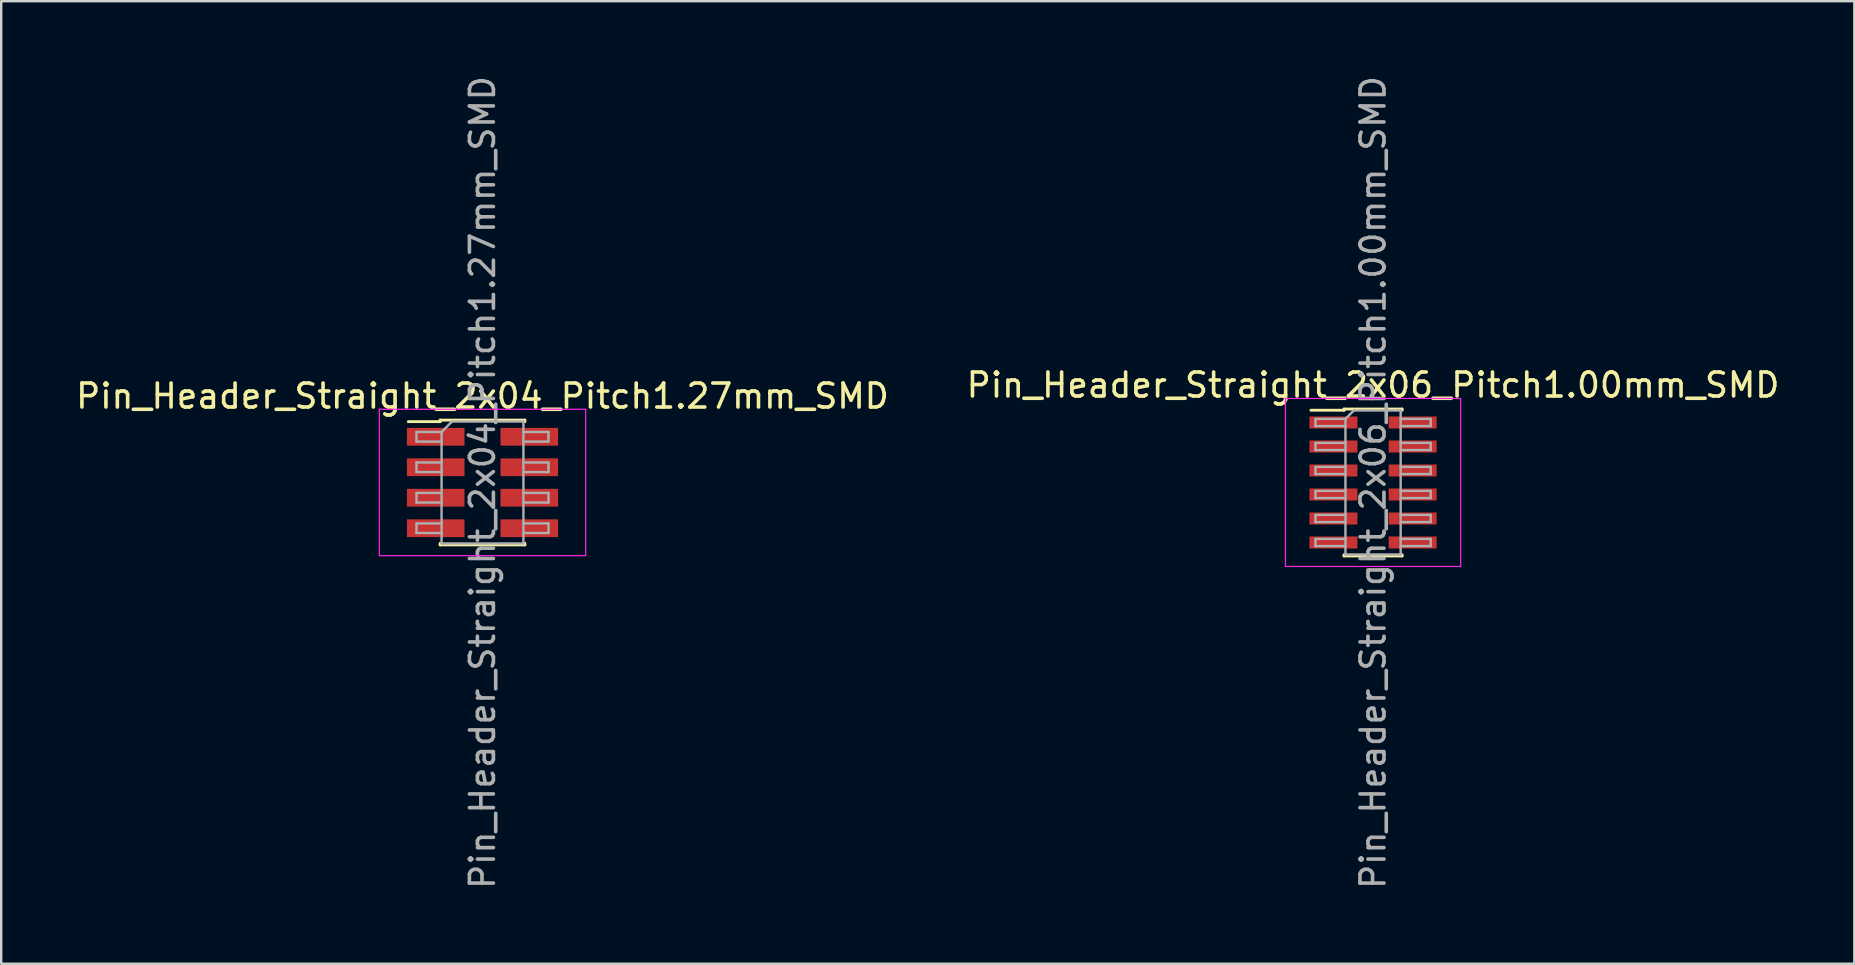
<source format=kicad_pcb>
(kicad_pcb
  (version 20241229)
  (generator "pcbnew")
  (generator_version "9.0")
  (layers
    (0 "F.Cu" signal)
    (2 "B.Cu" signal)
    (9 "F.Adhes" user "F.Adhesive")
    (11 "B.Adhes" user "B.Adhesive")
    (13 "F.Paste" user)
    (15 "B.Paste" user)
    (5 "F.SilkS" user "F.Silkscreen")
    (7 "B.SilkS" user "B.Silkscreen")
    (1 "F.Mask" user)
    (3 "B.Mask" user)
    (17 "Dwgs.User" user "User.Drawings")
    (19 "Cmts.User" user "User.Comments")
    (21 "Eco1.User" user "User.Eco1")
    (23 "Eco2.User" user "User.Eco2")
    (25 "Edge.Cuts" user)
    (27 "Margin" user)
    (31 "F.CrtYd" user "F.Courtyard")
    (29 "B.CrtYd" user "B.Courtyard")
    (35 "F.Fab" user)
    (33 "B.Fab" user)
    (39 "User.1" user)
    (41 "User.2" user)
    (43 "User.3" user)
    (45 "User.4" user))
  (footprint "Pin_Header_Straight_2x06_Pitch1.00mm_SMD"
    (layer "F.Cu")
    (at 54.161 17.054)
    (property "Reference" "Pin_Header_Straight_2x06_Pitch1.00mm_SMD" (at 0 -4.06 0) (layer "F.SilkS") (effects (font (size 1 1) (thickness 0.15))))
    (attr smd)
    (fp_line (start -2.59 -3.01) (end -1.21 -3.01) (stroke (width 0.12) (type solid)) (layer "F.SilkS"))
    (fp_line (start -1.21 -3.06) (end -1.21 -3.01) (stroke (width 0.12) (type solid)) (layer "F.SilkS"))
    (fp_line (start -1.21 -3.06) (end 1.21 -3.06) (stroke (width 0.12) (type solid)) (layer "F.SilkS"))
    (fp_line (start -1.21 3.01) (end -1.21 3.06) (stroke (width 0.12) (type solid)) (layer "F.SilkS"))
    (fp_line (start -1.21 3.06) (end 1.21 3.06) (stroke (width 0.12) (type solid)) (layer "F.SilkS"))
    (fp_line (start 1.21 -3.06) (end 1.21 -3.01) (stroke (width 0.12) (type solid)) (layer "F.SilkS"))
    (fp_line (start 1.21 3.01) (end 1.21 3.06) (stroke (width 0.12) (type solid)) (layer "F.SilkS"))
    (fp_line (start -3.65 -3.5) (end -3.65 3.5) (stroke (width 0.05) (type solid)) (layer "F.CrtYd"))
    (fp_line (start -3.65 3.5) (end 3.65 3.5) (stroke (width 0.05) (type solid)) (layer "F.CrtYd"))
    (fp_line (start 3.65 -3.5) (end -3.65 -3.5) (stroke (width 0.05) (type solid)) (layer "F.CrtYd"))
    (fp_line (start 3.65 3.5) (end 3.65 -3.5) (stroke (width 0.05) (type solid)) (layer "F.CrtYd"))
    (fp_line (start -2.4 -2.65) (end -2.4 -2.35) (stroke (width 0.1) (type solid)) (layer "F.Fab"))
    (fp_line (start -2.4 -2.35) (end -1.15 -2.35) (stroke (width 0.1) (type solid)) (layer "F.Fab"))
    (fp_line (start -2.4 -1.65) (end -2.4 -1.35) (stroke (width 0.1) (type solid)) (layer "F.Fab"))
    (fp_line (start -2.4 -1.35) (end -1.15 -1.35) (stroke (width 0.1) (type solid)) (layer "F.Fab"))
    (fp_line (start -2.4 -0.65) (end -2.4 -0.35) (stroke (width 0.1) (type solid)) (layer "F.Fab"))
    (fp_line (start -2.4 -0.35) (end -1.15 -0.35) (stroke (width 0.1) (type solid)) (layer "F.Fab"))
    (fp_line (start -2.4 0.35) (end -2.4 0.65) (stroke (width 0.1) (type solid)) (layer "F.Fab"))
    (fp_line (start -2.4 0.65) (end -1.15 0.65) (stroke (width 0.1) (type solid)) (layer "F.Fab"))
    (fp_line (start -2.4 1.35) (end -2.4 1.65) (stroke (width 0.1) (type solid)) (layer "F.Fab"))
    (fp_line (start -2.4 1.65) (end -1.15 1.65) (stroke (width 0.1) (type solid)) (layer "F.Fab"))
    (fp_line (start -2.4 2.35) (end -2.4 2.65) (stroke (width 0.1) (type solid)) (layer "F.Fab"))
    (fp_line (start -2.4 2.65) (end -1.15 2.65) (stroke (width 0.1) (type solid)) (layer "F.Fab"))
    (fp_line (start -1.15 -2.65) (end -2.4 -2.65) (stroke (width 0.1) (type solid)) (layer "F.Fab"))
    (fp_line (start -1.15 -2.65) (end -0.8 -3) (stroke (width 0.1) (type solid)) (layer "F.Fab"))
    (fp_line (start -1.15 -1.65) (end -2.4 -1.65) (stroke (width 0.1) (type solid)) (layer "F.Fab"))
    (fp_line (start -1.15 -0.65) (end -2.4 -0.65) (stroke (width 0.1) (type solid)) (layer "F.Fab"))
    (fp_line (start -1.15 0.35) (end -2.4 0.35) (stroke (width 0.1) (type solid)) (layer "F.Fab"))
    (fp_line (start -1.15 1.35) (end -2.4 1.35) (stroke (width 0.1) (type solid)) (layer "F.Fab"))
    (fp_line (start -1.15 2.35) (end -2.4 2.35) (stroke (width 0.1) (type solid)) (layer "F.Fab"))
    (fp_line (start -1.15 3) (end -1.15 -2.65) (stroke (width 0.1) (type solid)) (layer "F.Fab"))
    (fp_line (start -0.8 -3) (end 1.15 -3) (stroke (width 0.1) (type solid)) (layer "F.Fab"))
    (fp_line (start 1.15 -3) (end 1.15 3) (stroke (width 0.1) (type solid)) (layer "F.Fab"))
    (fp_line (start 1.15 -2.65) (end 2.4 -2.65) (stroke (width 0.1) (type solid)) (layer "F.Fab"))
    (fp_line (start 1.15 -1.65) (end 2.4 -1.65) (stroke (width 0.1) (type solid)) (layer "F.Fab"))
    (fp_line (start 1.15 -0.65) (end 2.4 -0.65) (stroke (width 0.1) (type solid)) (layer "F.Fab"))
    (fp_line (start 1.15 0.35) (end 2.4 0.35) (stroke (width 0.1) (type solid)) (layer "F.Fab"))
    (fp_line (start 1.15 1.35) (end 2.4 1.35) (stroke (width 0.1) (type solid)) (layer "F.Fab"))
    (fp_line (start 1.15 2.35) (end 2.4 2.35) (stroke (width 0.1) (type solid)) (layer "F.Fab"))
    (fp_line (start 1.15 3) (end -1.15 3) (stroke (width 0.1) (type solid)) (layer "F.Fab"))
    (fp_line (start 2.4 -2.65) (end 2.4 -2.35) (stroke (width 0.1) (type solid)) (layer "F.Fab"))
    (fp_line (start 2.4 -2.35) (end 1.15 -2.35) (stroke (width 0.1) (type solid)) (layer "F.Fab"))
    (fp_line (start 2.4 -1.65) (end 2.4 -1.35) (stroke (width 0.1) (type solid)) (layer "F.Fab"))
    (fp_line (start 2.4 -1.35) (end 1.15 -1.35) (stroke (width 0.1) (type solid)) (layer "F.Fab"))
    (fp_line (start 2.4 -0.65) (end 2.4 -0.35) (stroke (width 0.1) (type solid)) (layer "F.Fab"))
    (fp_line (start 2.4 -0.35) (end 1.15 -0.35) (stroke (width 0.1) (type solid)) (layer "F.Fab"))
    (fp_line (start 2.4 0.35) (end 2.4 0.65) (stroke (width 0.1) (type solid)) (layer "F.Fab"))
    (fp_line (start 2.4 0.65) (end 1.15 0.65) (stroke (width 0.1) (type solid)) (layer "F.Fab"))
    (fp_line (start 2.4 1.35) (end 2.4 1.65) (stroke (width 0.1) (type solid)) (layer "F.Fab"))
    (fp_line (start 2.4 1.65) (end 1.15 1.65) (stroke (width 0.1) (type solid)) (layer "F.Fab"))
    (fp_line (start 2.4 2.35) (end 2.4 2.65) (stroke (width 0.1) (type solid)) (layer "F.Fab"))
    (fp_line (start 2.4 2.65) (end 1.15 2.65) (stroke (width 0.1) (type solid)) (layer "F.Fab"))
    (fp_text user "${REFERENCE}" (at 0 0 90) (layer "F.Fab") (effects (font (size 1 1) (thickness 0.15))))
    (pad "1" smd rect (at -1.65 -2.5) (size 2 0.5) (layers "F.Cu" "F.Mask" "F.Paste"))
    (pad "2" smd rect (at 1.65 -2.5) (size 2 0.5) (layers "F.Cu" "F.Mask" "F.Paste"))
    (pad "3" smd rect (at -1.65 -1.5) (size 2 0.5) (layers "F.Cu" "F.Mask" "F.Paste"))
    (pad "4" smd rect (at 1.65 -1.5) (size 2 0.5) (layers "F.Cu" "F.Mask" "F.Paste"))
    (pad "5" smd rect (at -1.65 -0.5) (size 2 0.5) (layers "F.Cu" "F.Mask" "F.Paste"))
    (pad "6" smd rect (at 1.65 -0.5) (size 2 0.5) (layers "F.Cu" "F.Mask" "F.Paste"))
    (pad "7" smd rect (at -1.65 0.5) (size 2 0.5) (layers "F.Cu" "F.Mask" "F.Paste"))
    (pad "8" smd rect (at 1.65 0.5) (size 2 0.5) (layers "F.Cu" "F.Mask" "F.Paste"))
    (pad "9" smd rect (at -1.65 1.5) (size 2 0.5) (layers "F.Cu" "F.Mask" "F.Paste"))
    (pad "10" smd rect (at 1.65 1.5) (size 2 0.5) (layers "F.Cu" "F.Mask" "F.Paste"))
    (pad "11" smd rect (at -1.65 2.5) (size 2 0.5) (layers "F.Cu" "F.Mask" "F.Paste"))
    (pad "12" smd rect (at 1.65 2.5) (size 2 0.5) (layers "F.Cu" "F.Mask" "F.Paste")))
  (footprint "Pin_Header_Straight_2x04_Pitch1.27mm_SMD"
    (layer "F.Cu")
    (at 17.054 17.054)
    (property "Reference" "Pin_Header_Straight_2x04_Pitch1.27mm_SMD" (at 0 -3.6 0) (layer "F.SilkS") (effects (font (size 1 1) (thickness 0.15))))
    (attr smd)
    (fp_line (start -3.09 -2.535) (end -1.765 -2.535) (stroke (width 0.12) (type solid)) (layer "F.SilkS"))
    (fp_line (start -1.765 -2.6) (end -1.765 -2.535) (stroke (width 0.12) (type solid)) (layer "F.SilkS"))
    (fp_line (start -1.765 -2.6) (end 1.765 -2.6) (stroke (width 0.12) (type solid)) (layer "F.SilkS"))
    (fp_line (start -1.765 2.535) (end -1.765 2.6) (stroke (width 0.12) (type solid)) (layer "F.SilkS"))
    (fp_line (start -1.765 2.6) (end 1.765 2.6) (stroke (width 0.12) (type solid)) (layer "F.SilkS"))
    (fp_line (start 1.765 -2.6) (end 1.765 -2.535) (stroke (width 0.12) (type solid)) (layer "F.SilkS"))
    (fp_line (start 1.765 2.535) (end 1.765 2.6) (stroke (width 0.12) (type solid)) (layer "F.SilkS"))
    (fp_line (start -4.3 -3.05) (end -4.3 3.05) (stroke (width 0.05) (type solid)) (layer "F.CrtYd"))
    (fp_line (start -4.3 3.05) (end 4.3 3.05) (stroke (width 0.05) (type solid)) (layer "F.CrtYd"))
    (fp_line (start 4.3 -3.05) (end -4.3 -3.05) (stroke (width 0.05) (type solid)) (layer "F.CrtYd"))
    (fp_line (start 4.3 3.05) (end 4.3 -3.05) (stroke (width 0.05) (type solid)) (layer "F.CrtYd"))
    (fp_line (start -2.75 -2.105) (end -2.75 -1.705) (stroke (width 0.1) (type solid)) (layer "F.Fab"))
    (fp_line (start -2.75 -1.705) (end -1.705 -1.705) (stroke (width 0.1) (type solid)) (layer "F.Fab"))
    (fp_line (start -2.75 -0.835) (end -2.75 -0.435) (stroke (width 0.1) (type solid)) (layer "F.Fab"))
    (fp_line (start -2.75 -0.435) (end -1.705 -0.435) (stroke (width 0.1) (type solid)) (layer "F.Fab"))
    (fp_line (start -2.75 0.435) (end -2.75 0.835) (stroke (width 0.1) (type solid)) (layer "F.Fab"))
    (fp_line (start -2.75 0.835) (end -1.705 0.835) (stroke (width 0.1) (type solid)) (layer "F.Fab"))
    (fp_line (start -2.75 1.705) (end -2.75 2.105) (stroke (width 0.1) (type solid)) (layer "F.Fab"))
    (fp_line (start -2.75 2.105) (end -1.705 2.105) (stroke (width 0.1) (type solid)) (layer "F.Fab"))
    (fp_line (start -1.705 -2.105) (end -2.75 -2.105) (stroke (width 0.1) (type solid)) (layer "F.Fab"))
    (fp_line (start -1.705 -2.105) (end -1.27 -2.54) (stroke (width 0.1) (type solid)) (layer "F.Fab"))
    (fp_line (start -1.705 -0.835) (end -2.75 -0.835) (stroke (width 0.1) (type solid)) (layer "F.Fab"))
    (fp_line (start -1.705 0.435) (end -2.75 0.435) (stroke (width 0.1) (type solid)) (layer "F.Fab"))
    (fp_line (start -1.705 1.705) (end -2.75 1.705) (stroke (width 0.1) (type solid)) (layer "F.Fab"))
    (fp_line (start -1.705 2.54) (end -1.705 -2.105) (stroke (width 0.1) (type solid)) (layer "F.Fab"))
    (fp_line (start -1.27 -2.54) (end 1.705 -2.54) (stroke (width 0.1) (type solid)) (layer "F.Fab"))
    (fp_line (start 1.705 -2.54) (end 1.705 2.54) (stroke (width 0.1) (type solid)) (layer "F.Fab"))
    (fp_line (start 1.705 -2.105) (end 2.75 -2.105) (stroke (width 0.1) (type solid)) (layer "F.Fab"))
    (fp_line (start 1.705 -0.835) (end 2.75 -0.835) (stroke (width 0.1) (type solid)) (layer "F.Fab"))
    (fp_line (start 1.705 0.435) (end 2.75 0.435) (stroke (width 0.1) (type solid)) (layer "F.Fab"))
    (fp_line (start 1.705 1.705) (end 2.75 1.705) (stroke (width 0.1) (type solid)) (layer "F.Fab"))
    (fp_line (start 1.705 2.54) (end -1.705 2.54) (stroke (width 0.1) (type solid)) (layer "F.Fab"))
    (fp_line (start 2.75 -2.105) (end 2.75 -1.705) (stroke (width 0.1) (type solid)) (layer "F.Fab"))
    (fp_line (start 2.75 -1.705) (end 1.705 -1.705) (stroke (width 0.1) (type solid)) (layer "F.Fab"))
    (fp_line (start 2.75 -0.835) (end 2.75 -0.435) (stroke (width 0.1) (type solid)) (layer "F.Fab"))
    (fp_line (start 2.75 -0.435) (end 1.705 -0.435) (stroke (width 0.1) (type solid)) (layer "F.Fab"))
    (fp_line (start 2.75 0.435) (end 2.75 0.835) (stroke (width 0.1) (type solid)) (layer "F.Fab"))
    (fp_line (start 2.75 0.835) (end 1.705 0.835) (stroke (width 0.1) (type solid)) (layer "F.Fab"))
    (fp_line (start 2.75 1.705) (end 2.75 2.105) (stroke (width 0.1) (type solid)) (layer "F.Fab"))
    (fp_line (start 2.75 2.105) (end 1.705 2.105) (stroke (width 0.1) (type solid)) (layer "F.Fab"))
    (fp_text user "${REFERENCE}" (at 0 0 90) (layer "F.Fab") (effects (font (size 1 1) (thickness 0.15))))
    (pad "1" smd rect (at -1.95 -1.905) (size 2.4 0.74) (layers "F.Cu" "F.Mask" "F.Paste"))
    (pad "2" smd rect (at 1.95 -1.905) (size 2.4 0.74) (layers "F.Cu" "F.Mask" "F.Paste"))
    (pad "3" smd rect (at -1.95 -0.635) (size 2.4 0.74) (layers "F.Cu" "F.Mask" "F.Paste"))
    (pad "4" smd rect (at 1.95 -0.635) (size 2.4 0.74) (layers "F.Cu" "F.Mask" "F.Paste"))
    (pad "5" smd rect (at -1.95 0.635) (size 2.4 0.74) (layers "F.Cu" "F.Mask" "F.Paste"))
    (pad "6" smd rect (at 1.95 0.635) (size 2.4 0.74) (layers "F.Cu" "F.Mask" "F.Paste"))
    (pad "7" smd rect (at -1.95 1.905) (size 2.4 0.74) (layers "F.Cu" "F.Mask" "F.Paste"))
    (pad "8" smd rect (at 1.95 1.905) (size 2.4 0.74) (layers "F.Cu" "F.Mask" "F.Paste")))
  (gr_rect
    (start -3 -3)
    (end 74.214 37.107)
    (stroke (width 0.1) (type default))
    (fill no)
    (layer "Edge.Cuts")))
</source>
